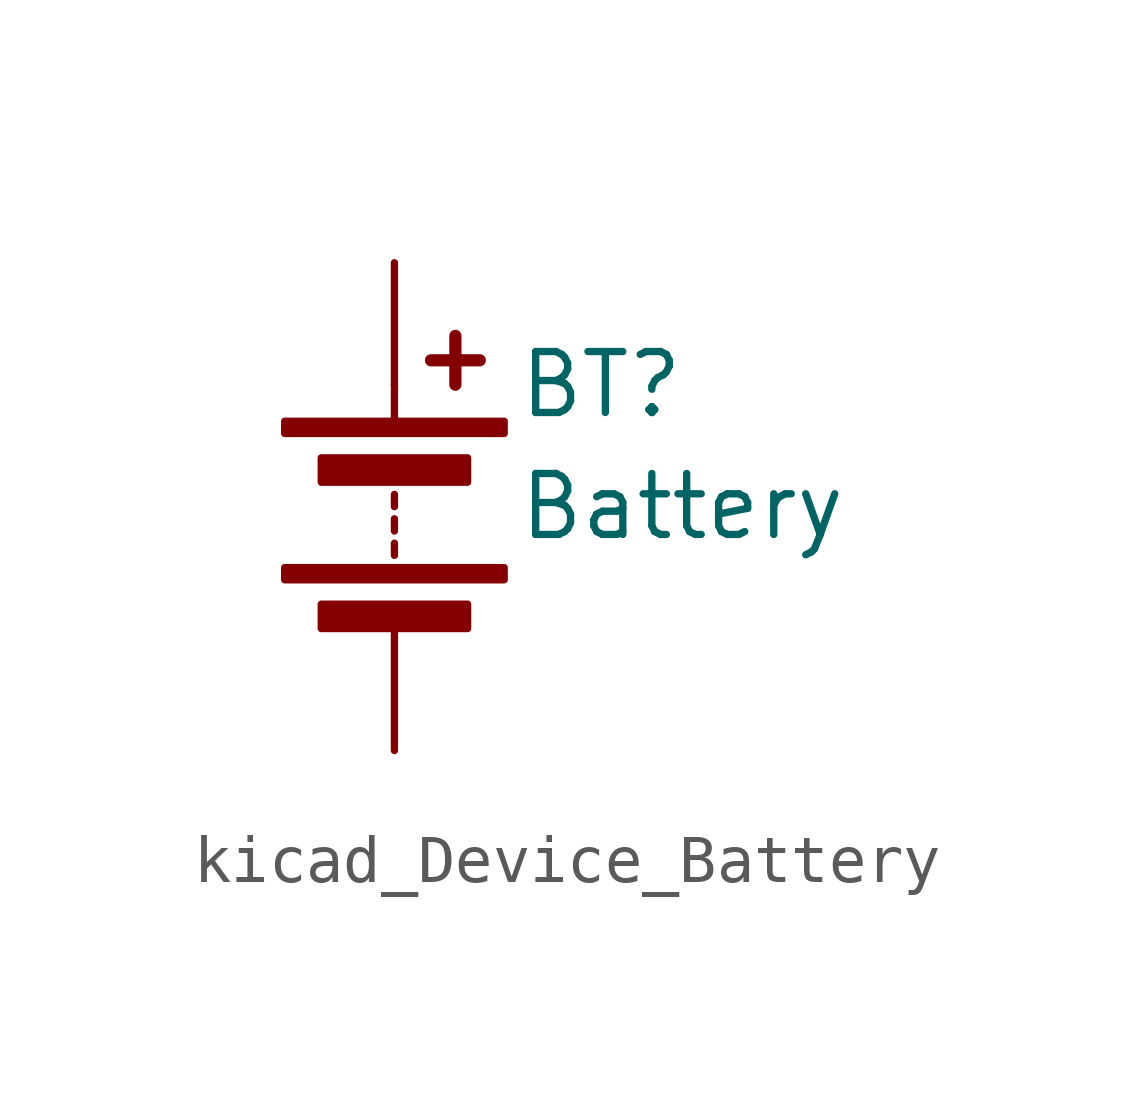
<source format=kicad_sym>
(kicad_symbol_lib
  (version 20220914)
  (generator kicad_symbol_editor)
  (symbol "kicad_Device_Battery"
    (pin_numbers hide)
    (pin_names
      (offset 0) hide)
    (property "Reference" "BT"
      (at 2.54 2.54 0)
      (effects (font (size 1.27 1.27)) (justify left)))
    (property "Value" "Battery"
      (at 2.54 0 0)
      (effects (font (size 1.27 1.27)) (justify left)))
    (symbol "kicad_Device_Battery_0_1"
      (rectangle (start -2.286 -1.27) (end 2.286 -1.524) (stroke (width 0) (type default)) (fill (type outline)))
      (rectangle (start -2.286 1.778) (end 2.286 1.524) (stroke (width 0) (type default)) (fill (type outline)))
      (rectangle (start -1.524 -2.032) (end 1.524 -2.54) (stroke (width 0) (type default)) (fill (type outline)))
      (rectangle (start -1.524 1.016) (end 1.524 0.508) (stroke (width 0) (type default)) (fill (type outline)))
      (polyline (pts (xy 0 -1.016) (xy 0 -0.762)) (stroke (width 0) (type default)) (fill (type none)))
      (polyline (pts (xy 0 -0.508) (xy 0 -0.254)) (stroke (width 0) (type default)) (fill (type none)))
      (polyline (pts (xy 0 0) (xy 0 0.254)) (stroke (width 0) (type default)) (fill (type none)))
      (polyline (pts (xy 0 1.778) (xy 0 2.54)) (stroke (width 0) (type default)) (fill (type none)))
      (polyline (pts (xy 0.762 3.048) (xy 1.778 3.048)) (stroke (width 0.254) (type default)) (fill (type none)))
      (polyline (pts (xy 1.27 3.556) (xy 1.27 2.54)) (stroke (width 0.254) (type default)) (fill (type none))))
    (symbol "kicad_Device_Battery_1_1"
      (pin passive line (at 0 5.08 270) (length 2.54) (name "+" (effects (font (size 1.27 1.27)))) (number "1" (effects (font (size 1.27 1.27)))))
      (pin passive line (at 0 -5.08 90) (length 2.54) (name "-" (effects (font (size 1.27 1.27)))) (number "2" (effects (font (size 1.27 1.27))))))))
</source>
